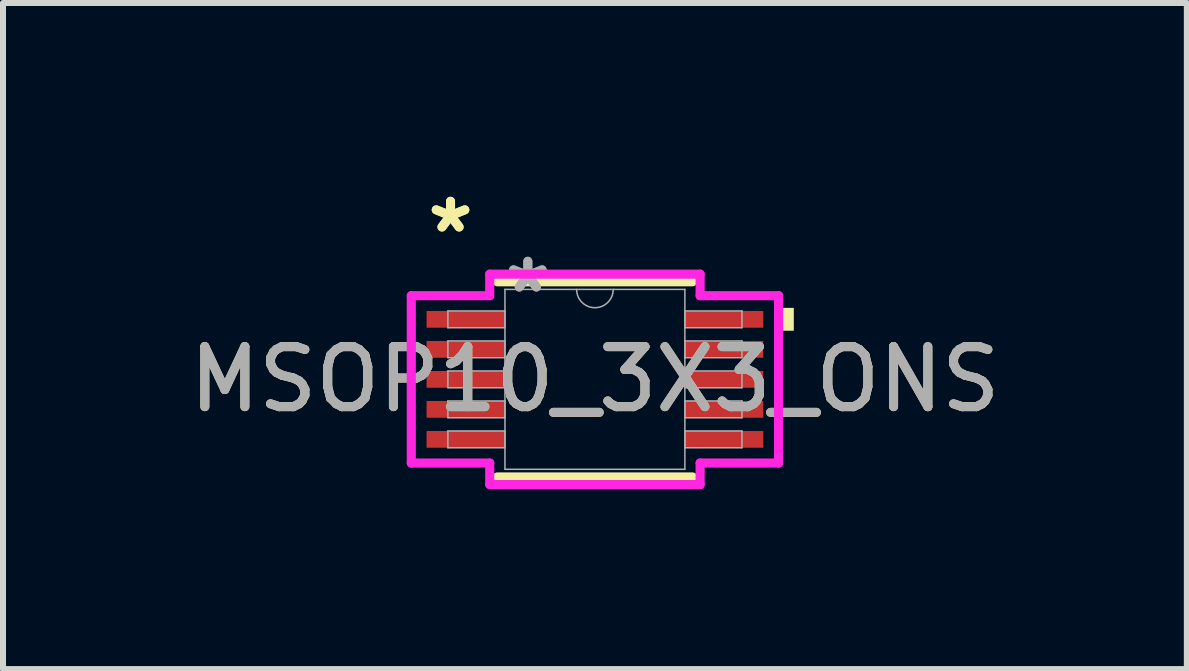
<source format=kicad_pcb>
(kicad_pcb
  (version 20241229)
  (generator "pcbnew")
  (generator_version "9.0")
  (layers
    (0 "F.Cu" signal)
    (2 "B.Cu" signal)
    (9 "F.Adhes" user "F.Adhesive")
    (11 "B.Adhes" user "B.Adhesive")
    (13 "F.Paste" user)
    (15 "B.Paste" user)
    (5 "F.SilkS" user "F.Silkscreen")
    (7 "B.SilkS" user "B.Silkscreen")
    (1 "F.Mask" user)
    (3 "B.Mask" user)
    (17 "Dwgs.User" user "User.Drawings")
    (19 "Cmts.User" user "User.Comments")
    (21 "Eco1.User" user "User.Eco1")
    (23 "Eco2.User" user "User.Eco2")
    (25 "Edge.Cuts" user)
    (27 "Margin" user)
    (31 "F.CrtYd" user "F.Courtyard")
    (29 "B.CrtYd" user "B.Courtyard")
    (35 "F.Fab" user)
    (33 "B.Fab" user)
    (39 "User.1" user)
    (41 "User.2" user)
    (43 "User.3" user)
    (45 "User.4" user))
  (footprint "MSOP10_3X3_ONS"
    (layer "F.Cu")
    (at 6.863 3.271)
    (property "Reference" "MSOP10_3X3_ONS" (at 0 0 0) (unlocked yes) (layer "F.SilkS") (effects (font (size 1 1) (thickness 0.15))))
    (attr smd)
    (fp_line (start -1.626 1.626) (end 1.626 1.626) (stroke (width 0.152) (type solid)) (layer "F.SilkS"))
    (fp_line (start 1.626 -1.626) (end -1.626 -1.626) (stroke (width 0.152) (type solid)) (layer "F.SilkS"))
    (fp_poly (pts (xy 3.314 -1.191) (xy 3.314 -0.81) (xy 3.06 -0.81) (xy 3.06 -1.191)) (stroke (width 0) (type solid)) (fill yes) (layer "F.SilkS"))
    (fp_line (start -3.06 -1.394) (end -1.753 -1.394) (stroke (width 0.152) (type solid)) (layer "F.CrtYd"))
    (fp_line (start -3.06 1.394) (end -3.06 -1.394) (stroke (width 0.152) (type solid)) (layer "F.CrtYd"))
    (fp_line (start -3.06 1.394) (end -1.753 1.394) (stroke (width 0.152) (type solid)) (layer "F.CrtYd"))
    (fp_line (start -1.753 -1.753) (end 1.753 -1.753) (stroke (width 0.152) (type solid)) (layer "F.CrtYd"))
    (fp_line (start -1.753 -1.394) (end -1.753 -1.753) (stroke (width 0.152) (type solid)) (layer "F.CrtYd"))
    (fp_line (start -1.753 1.753) (end -1.753 1.394) (stroke (width 0.152) (type solid)) (layer "F.CrtYd"))
    (fp_line (start 1.753 -1.753) (end 1.753 -1.394) (stroke (width 0.152) (type solid)) (layer "F.CrtYd"))
    (fp_line (start 1.753 1.394) (end 1.753 1.753) (stroke (width 0.152) (type solid)) (layer "F.CrtYd"))
    (fp_line (start 1.753 1.753) (end -1.753 1.753) (stroke (width 0.152) (type solid)) (layer "F.CrtYd"))
    (fp_line (start 3.06 -1.394) (end 1.753 -1.394) (stroke (width 0.152) (type solid)) (layer "F.CrtYd"))
    (fp_line (start 3.06 -1.394) (end 3.06 1.394) (stroke (width 0.152) (type solid)) (layer "F.CrtYd"))
    (fp_line (start 3.06 1.394) (end 1.753 1.394) (stroke (width 0.152) (type solid)) (layer "F.CrtYd"))
    (fp_line (start -2.45 -1.14) (end -2.45 -0.86) (stroke (width 0.025) (type solid)) (layer "F.Fab"))
    (fp_line (start -2.45 -0.86) (end -1.499 -0.86) (stroke (width 0.025) (type solid)) (layer "F.Fab"))
    (fp_line (start -2.45 -0.64) (end -2.45 -0.36) (stroke (width 0.025) (type solid)) (layer "F.Fab"))
    (fp_line (start -2.45 -0.36) (end -1.499 -0.36) (stroke (width 0.025) (type solid)) (layer "F.Fab"))
    (fp_line (start -2.45 -0.14) (end -2.45 0.14) (stroke (width 0.025) (type solid)) (layer "F.Fab"))
    (fp_line (start -2.45 0.14) (end -1.499 0.14) (stroke (width 0.025) (type solid)) (layer "F.Fab"))
    (fp_line (start -2.45 0.36) (end -2.45 0.64) (stroke (width 0.025) (type solid)) (layer "F.Fab"))
    (fp_line (start -2.45 0.64) (end -1.499 0.64) (stroke (width 0.025) (type solid)) (layer "F.Fab"))
    (fp_line (start -2.45 0.86) (end -2.45 1.14) (stroke (width 0.025) (type solid)) (layer "F.Fab"))
    (fp_line (start -2.45 1.14) (end -1.499 1.14) (stroke (width 0.025) (type solid)) (layer "F.Fab"))
    (fp_line (start -1.499 -1.499) (end -1.499 1.499) (stroke (width 0.025) (type solid)) (layer "F.Fab"))
    (fp_line (start -1.499 -1.14) (end -2.45 -1.14) (stroke (width 0.025) (type solid)) (layer "F.Fab"))
    (fp_line (start -1.499 -0.86) (end -1.499 -1.14) (stroke (width 0.025) (type solid)) (layer "F.Fab"))
    (fp_line (start -1.499 -0.64) (end -2.45 -0.64) (stroke (width 0.025) (type solid)) (layer "F.Fab"))
    (fp_line (start -1.499 -0.36) (end -1.499 -0.64) (stroke (width 0.025) (type solid)) (layer "F.Fab"))
    (fp_line (start -1.499 -0.14) (end -2.45 -0.14) (stroke (width 0.025) (type solid)) (layer "F.Fab"))
    (fp_line (start -1.499 0.14) (end -1.499 -0.14) (stroke (width 0.025) (type solid)) (layer "F.Fab"))
    (fp_line (start -1.499 0.36) (end -2.45 0.36) (stroke (width 0.025) (type solid)) (layer "F.Fab"))
    (fp_line (start -1.499 0.64) (end -1.499 0.36) (stroke (width 0.025) (type solid)) (layer "F.Fab"))
    (fp_line (start -1.499 0.86) (end -2.45 0.86) (stroke (width 0.025) (type solid)) (layer "F.Fab"))
    (fp_line (start -1.499 1.14) (end -1.499 0.86) (stroke (width 0.025) (type solid)) (layer "F.Fab"))
    (fp_line (start -1.499 1.499) (end 1.499 1.499) (stroke (width 0.025) (type solid)) (layer "F.Fab"))
    (fp_line (start 1.499 -1.499) (end -1.499 -1.499) (stroke (width 0.025) (type solid)) (layer "F.Fab"))
    (fp_line (start 1.499 -1.14) (end 1.499 -0.86) (stroke (width 0.025) (type solid)) (layer "F.Fab"))
    (fp_line (start 1.499 -0.86) (end 2.45 -0.86) (stroke (width 0.025) (type solid)) (layer "F.Fab"))
    (fp_line (start 1.499 -0.64) (end 1.499 -0.36) (stroke (width 0.025) (type solid)) (layer "F.Fab"))
    (fp_line (start 1.499 -0.36) (end 2.45 -0.36) (stroke (width 0.025) (type solid)) (layer "F.Fab"))
    (fp_line (start 1.499 -0.14) (end 1.499 0.14) (stroke (width 0.025) (type solid)) (layer "F.Fab"))
    (fp_line (start 1.499 0.14) (end 2.45 0.14) (stroke (width 0.025) (type solid)) (layer "F.Fab"))
    (fp_line (start 1.499 0.36) (end 1.499 0.64) (stroke (width 0.025) (type solid)) (layer "F.Fab"))
    (fp_line (start 1.499 0.64) (end 2.45 0.64) (stroke (width 0.025) (type solid)) (layer "F.Fab"))
    (fp_line (start 1.499 0.86) (end 1.499 1.14) (stroke (width 0.025) (type solid)) (layer "F.Fab"))
    (fp_line (start 1.499 1.14) (end 2.45 1.14) (stroke (width 0.025) (type solid)) (layer "F.Fab"))
    (fp_line (start 1.499 1.499) (end 1.499 -1.499) (stroke (width 0.025) (type solid)) (layer "F.Fab"))
    (fp_line (start 2.45 -1.14) (end 1.499 -1.14) (stroke (width 0.025) (type solid)) (layer "F.Fab"))
    (fp_line (start 2.45 -0.86) (end 2.45 -1.14) (stroke (width 0.025) (type solid)) (layer "F.Fab"))
    (fp_line (start 2.45 -0.64) (end 1.499 -0.64) (stroke (width 0.025) (type solid)) (layer "F.Fab"))
    (fp_line (start 2.45 -0.36) (end 2.45 -0.64) (stroke (width 0.025) (type solid)) (layer "F.Fab"))
    (fp_line (start 2.45 -0.14) (end 1.499 -0.14) (stroke (width 0.025) (type solid)) (layer "F.Fab"))
    (fp_line (start 2.45 0.14) (end 2.45 -0.14) (stroke (width 0.025) (type solid)) (layer "F.Fab"))
    (fp_line (start 2.45 0.36) (end 1.499 0.36) (stroke (width 0.025) (type solid)) (layer "F.Fab"))
    (fp_line (start 2.45 0.64) (end 2.45 0.36) (stroke (width 0.025) (type solid)) (layer "F.Fab"))
    (fp_line (start 2.45 0.86) (end 1.499 0.86) (stroke (width 0.025) (type solid)) (layer "F.Fab"))
    (fp_line (start 2.45 1.14) (end 2.45 0.86) (stroke (width 0.025) (type solid)) (layer "F.Fab"))
    (fp_arc (start 0.3048 -1.4986) (mid 0 -1.1938) (end -0.3048 -1.4986) (stroke (width 0.0254) (type solid)) (layer "F.Fab"))
    (fp_text user "*" (at -2.406 -2.422 0) (layer "F.SilkS") (effects (font (size 1 1) (thickness 0.15))))
    (fp_text user "*" (at -2.406 -2.422 0) (unlocked yes) (layer "F.SilkS") (effects (font (size 1 1) (thickness 0.15))))
    (fp_text user "*" (at -1.118 -1.422 0) (unlocked yes) (layer "F.Fab") (effects (font (size 1 1) (thickness 0.15))))
    (fp_text user "*" (at -1.118 -1.422 0) (layer "F.Fab") (effects (font (size 1 1) (thickness 0.15))))
    (fp_text user "${REFERENCE}" (at 0 0 0) (unlocked yes) (layer "F.Fab") (effects (font (size 1 1) (thickness 0.15))))
    (pad "1" smd rect (at -2.152 -1) (size 1.307 0.279) (layers "F.Cu" "F.Mask" "F.Paste"))
    (pad "2" smd rect (at -2.152 -0.5) (size 1.307 0.279) (layers "F.Cu" "F.Mask" "F.Paste"))
    (pad "3" smd rect (at -2.152 0) (size 1.307 0.279) (layers "F.Cu" "F.Mask" "F.Paste"))
    (pad "4" smd rect (at -2.152 0.5) (size 1.307 0.279) (layers "F.Cu" "F.Mask" "F.Paste"))
    (pad "5" smd rect (at -2.152 1) (size 1.307 0.279) (layers "F.Cu" "F.Mask" "F.Paste"))
    (pad "6" smd rect (at 2.152 1) (size 1.307 0.279) (layers "F.Cu" "F.Mask" "F.Paste"))
    (pad "7" smd rect (at 2.152 0.5) (size 1.307 0.279) (layers "F.Cu" "F.Mask" "F.Paste"))
    (pad "8" smd rect (at 2.152 0) (size 1.307 0.279) (layers "F.Cu" "F.Mask" "F.Paste"))
    (pad "9" smd rect (at 2.152 -0.5) (size 1.307 0.279) (layers "F.Cu" "F.Mask" "F.Paste"))
    (pad "10" smd rect (at 2.152 -1) (size 1.307 0.279) (layers "F.Cu" "F.Mask" "F.Paste")))
  (gr_rect
    (start -3 -3)
    (end 16.726 8.099)
    (stroke (width 0.1) (type default))
    (fill no)
    (layer "Edge.Cuts")))
</source>
